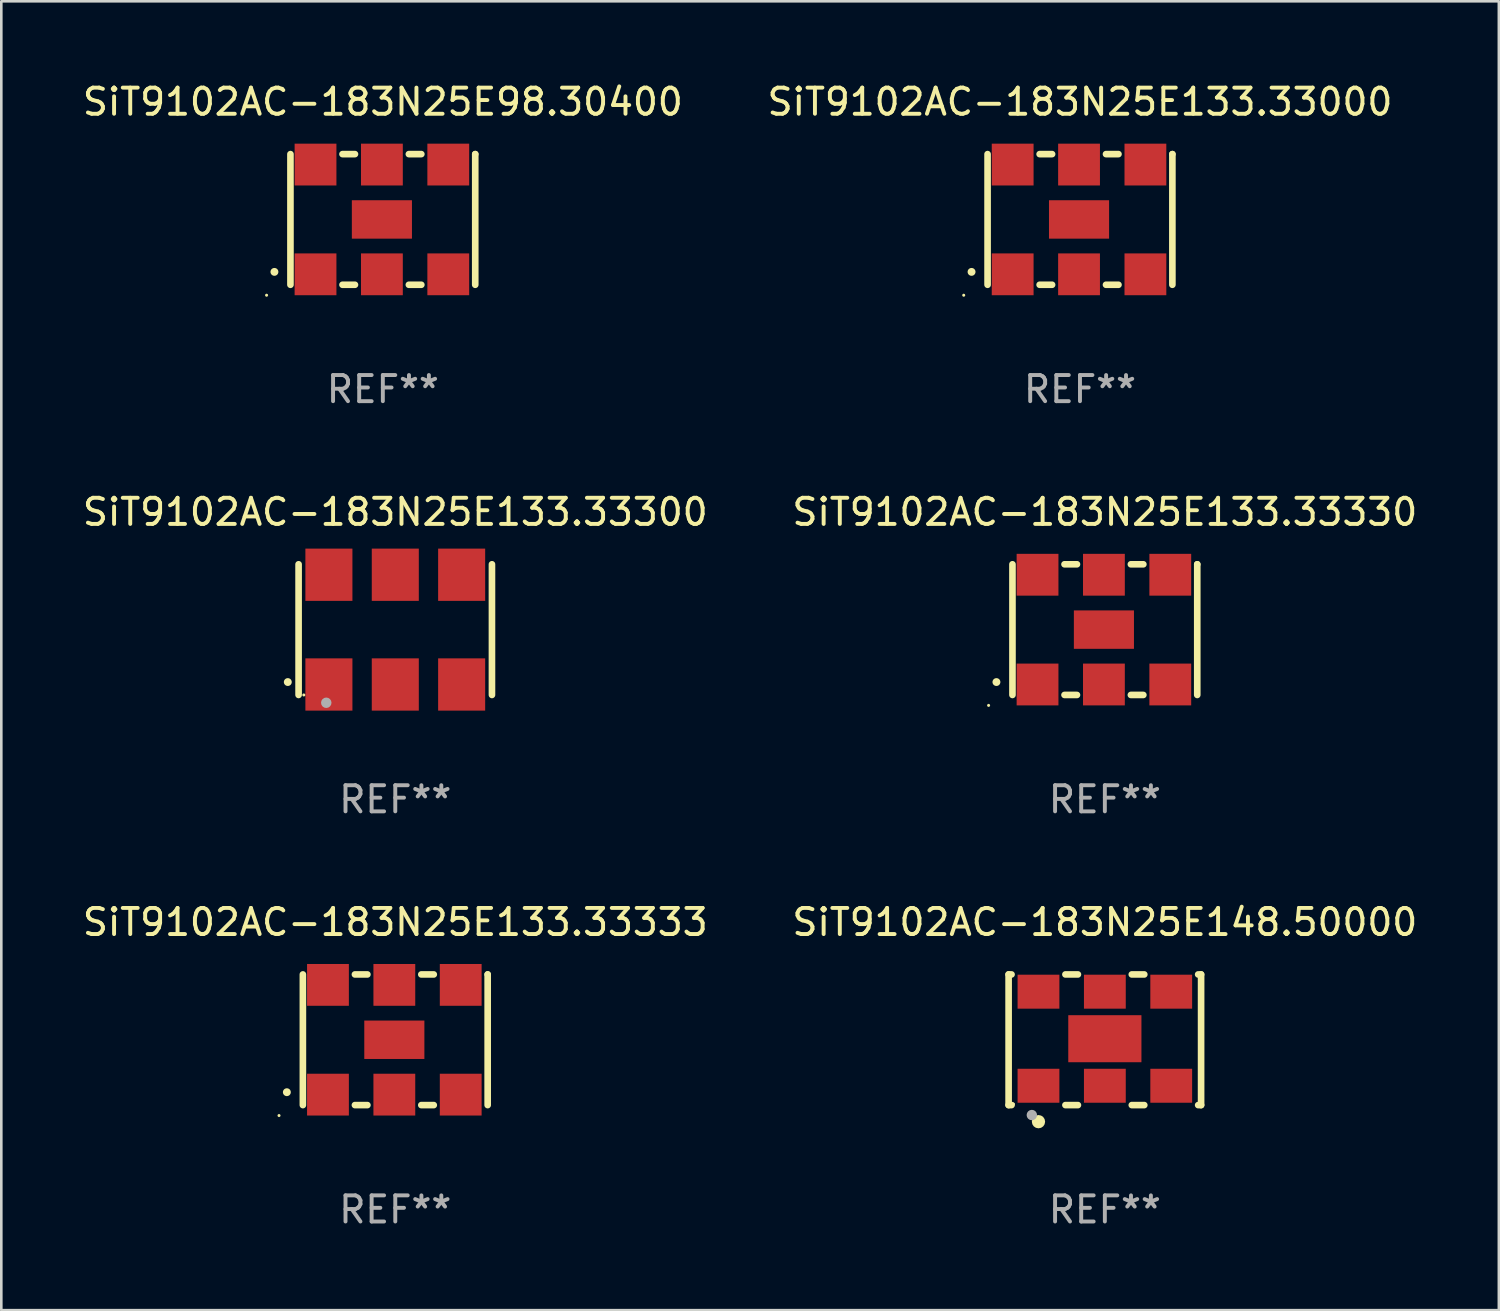
<source format=kicad_pcb>
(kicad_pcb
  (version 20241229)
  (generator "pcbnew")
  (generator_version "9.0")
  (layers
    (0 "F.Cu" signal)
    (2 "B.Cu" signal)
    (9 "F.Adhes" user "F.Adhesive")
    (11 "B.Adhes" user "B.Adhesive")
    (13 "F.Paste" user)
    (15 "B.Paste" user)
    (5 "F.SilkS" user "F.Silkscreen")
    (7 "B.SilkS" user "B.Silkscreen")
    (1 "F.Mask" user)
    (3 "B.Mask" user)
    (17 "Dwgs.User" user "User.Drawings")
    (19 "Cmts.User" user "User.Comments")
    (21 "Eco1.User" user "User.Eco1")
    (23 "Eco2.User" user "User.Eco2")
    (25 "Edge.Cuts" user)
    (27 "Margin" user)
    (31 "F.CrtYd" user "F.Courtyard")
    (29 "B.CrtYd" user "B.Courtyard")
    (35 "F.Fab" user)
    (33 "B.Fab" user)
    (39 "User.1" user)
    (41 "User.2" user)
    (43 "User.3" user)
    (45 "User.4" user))
  (footprint "SiT9102AC-183N25E133.33333"
    (layer "F.Cu")
    (at 12.077 36.741)
    (property "Reference" "SiT9102AC-183N25E133.33333" (at 0 -4.5 0) (layer "F.SilkS") (effects (font (size 1 1) (thickness 0.15))))
    (attr through_hole)
    (fp_line (start -3.536 -2.5) (end -3.536 2.5) (stroke (width 0.254) (type solid)) (layer "F.SilkS"))
    (fp_line (start -1.544 2.5) (end -1.067 2.5) (stroke (width 0.254) (type solid)) (layer "F.SilkS"))
    (fp_line (start -1.067 -2.5) (end -1.544 -2.5) (stroke (width 0.254) (type solid)) (layer "F.SilkS"))
    (fp_line (start 0.996 2.5) (end 1.473 2.5) (stroke (width 0.254) (type solid)) (layer "F.SilkS"))
    (fp_line (start 1.473 -2.5) (end 0.996 -2.5) (stroke (width 0.254) (type solid)) (layer "F.SilkS"))
    (fp_line (start 3.536 -2.5) (end 3.536 -2.5) (stroke (width 0.254) (type solid)) (layer "F.SilkS"))
    (fp_line (start 3.536 2.5) (end 3.536 -2.5) (stroke (width 0.254) (type solid)) (layer "F.SilkS"))
    (fp_arc (start -4.150432 2.006604) (mid -4.149162 2.006599) (end -4.147892 2.006604) (stroke (width 0.3) (type solid)) (layer "F.SilkS"))
    (fp_circle (center -4.449 2.9) (end -4.419 2.9) (stroke (width 0.06) (type solid)) (fill no) (layer "F.SilkS"))
    (fp_text user "REF**" (at 0 6.5 0) (layer "F.Fab") (effects (font (size 1 1) (thickness 0.15))))
    (pad "1" smd rect (at -2.576 2.1) (size 1.6 1.6) (layers "F.Cu" "F.Mask" "F.Paste"))
    (pad "2" smd rect (at -0.036 2.1) (size 1.6 1.6) (layers "F.Cu" "F.Mask" "F.Paste"))
    (pad "3" smd rect (at 2.504 2.1) (size 1.6 1.6) (layers "F.Cu" "F.Mask" "F.Paste"))
    (pad "4" smd rect (at 2.504 -2.1) (size 1.6 1.6) (layers "F.Cu" "F.Mask" "F.Paste"))
    (pad "5" smd rect (at -0.036 -2.1) (size 1.6 1.6) (layers "F.Cu" "F.Mask" "F.Paste"))
    (pad "6" smd rect (at -2.576 -2.1) (size 1.6 1.6) (layers "F.Cu" "F.Mask" "F.Paste"))
    (pad "7" smd rect (at -0.036 0) (size 2.3 1.47) (layers "F.Cu" "F.Mask" "F.Paste")))
  (footprint "SiT9102AC-183N25E133.33000"
    (layer "F.Cu")
    (at 38.28 5.348)
    (property "Reference" "SiT9102AC-183N25E133.33000" (at 0 -4.5 0) (layer "F.SilkS") (effects (font (size 1 1) (thickness 0.15))))
    (attr through_hole)
    (fp_line (start -3.536 -2.5) (end -3.536 2.5) (stroke (width 0.254) (type solid)) (layer "F.SilkS"))
    (fp_line (start -1.544 2.5) (end -1.067 2.5) (stroke (width 0.254) (type solid)) (layer "F.SilkS"))
    (fp_line (start -1.067 -2.5) (end -1.544 -2.5) (stroke (width 0.254) (type solid)) (layer "F.SilkS"))
    (fp_line (start 0.996 2.5) (end 1.473 2.5) (stroke (width 0.254) (type solid)) (layer "F.SilkS"))
    (fp_line (start 1.473 -2.5) (end 0.996 -2.5) (stroke (width 0.254) (type solid)) (layer "F.SilkS"))
    (fp_line (start 3.536 -2.5) (end 3.536 -2.5) (stroke (width 0.254) (type solid)) (layer "F.SilkS"))
    (fp_line (start 3.536 2.5) (end 3.536 -2.5) (stroke (width 0.254) (type solid)) (layer "F.SilkS"))
    (fp_arc (start -4.150432 2.006604) (mid -4.149162 2.006599) (end -4.147892 2.006604) (stroke (width 0.3) (type solid)) (layer "F.SilkS"))
    (fp_circle (center -4.449 2.9) (end -4.419 2.9) (stroke (width 0.06) (type solid)) (fill no) (layer "F.SilkS"))
    (fp_text user "REF**" (at 0 6.5 0) (layer "F.Fab") (effects (font (size 1 1) (thickness 0.15))))
    (pad "1" smd rect (at -2.576 2.1) (size 1.6 1.6) (layers "F.Cu" "F.Mask" "F.Paste"))
    (pad "2" smd rect (at -0.036 2.1) (size 1.6 1.6) (layers "F.Cu" "F.Mask" "F.Paste"))
    (pad "3" smd rect (at 2.504 2.1) (size 1.6 1.6) (layers "F.Cu" "F.Mask" "F.Paste"))
    (pad "4" smd rect (at 2.504 -2.1) (size 1.6 1.6) (layers "F.Cu" "F.Mask" "F.Paste"))
    (pad "5" smd rect (at -0.036 -2.1) (size 1.6 1.6) (layers "F.Cu" "F.Mask" "F.Paste"))
    (pad "6" smd rect (at -2.576 -2.1) (size 1.6 1.6) (layers "F.Cu" "F.Mask" "F.Paste"))
    (pad "7" smd rect (at -0.036 0) (size 2.3 1.47) (layers "F.Cu" "F.Mask" "F.Paste")))
  (footprint "SiT9102AC-183N25E148.50000"
    (layer "F.Cu")
    (at 39.232 36.741)
    (property "Reference" "SiT9102AC-183N25E148.50000" (at 0 -4.5 0) (layer "F.SilkS") (effects (font (size 1 1) (thickness 0.15))))
    (attr through_hole)
    (fp_line (start -3.683 -2.5) (end -3.571 -2.5) (stroke (width 0.254) (type solid)) (layer "F.SilkS"))
    (fp_line (start -3.683 2.5) (end -3.683 -2.5) (stroke (width 0.254) (type solid)) (layer "F.SilkS"))
    (fp_line (start -3.683 2.5) (end -3.571 2.5) (stroke (width 0.254) (type solid)) (layer "F.SilkS"))
    (fp_line (start -1.509 -2.5) (end -1.031 -2.5) (stroke (width 0.254) (type solid)) (layer "F.SilkS"))
    (fp_line (start -1.509 2.5) (end -1.031 2.5) (stroke (width 0.254) (type solid)) (layer "F.SilkS"))
    (fp_line (start 1.031 -2.5) (end 1.509 -2.5) (stroke (width 0.254) (type solid)) (layer "F.SilkS"))
    (fp_line (start 1.031 2.5) (end 1.509 2.5) (stroke (width 0.254) (type solid)) (layer "F.SilkS"))
    (fp_line (start 3.571 -2.5) (end 3.683 -2.5) (stroke (width 0.254) (type solid)) (layer "F.SilkS"))
    (fp_line (start 3.571 2.5) (end 3.683 2.5) (stroke (width 0.254) (type solid)) (layer "F.SilkS"))
    (fp_line (start 3.683 2.5) (end 3.683 -2.5) (stroke (width 0.254) (type solid)) (layer "F.SilkS"))
    (fp_circle (center -3.5 2.46) (end -3.47 2.46) (stroke (width 0.06) (type solid)) (fill no) (layer "F.SilkS"))
    (fp_circle (center -2.54 3.135) (end -2.413 3.135) (stroke (width 0.254) (type solid)) (fill no) (layer "F.SilkS"))
    (fp_circle (center -2.794 2.881) (end -2.694 2.881) (stroke (width 0.2) (type solid)) (fill no) (layer "F.Fab"))
    (fp_text user "REF**" (at 0 6.5 0) (layer "F.Fab") (effects (font (size 1 1) (thickness 0.15))))
    (pad "1" smd rect (at -2.54 1.76) (size 1.6 1.3) (layers "F.Cu" "F.Mask" "F.Paste"))
    (pad "2" smd rect (at 0 1.76) (size 1.6 1.3) (layers "F.Cu" "F.Mask" "F.Paste"))
    (pad "3" smd rect (at 2.54 1.76) (size 1.6 1.3) (layers "F.Cu" "F.Mask" "F.Paste"))
    (pad "4" smd rect (at 2.54 -1.84) (size 1.6 1.3) (layers "F.Cu" "F.Mask" "F.Paste"))
    (pad "5" smd rect (at 0 -1.84) (size 1.6 1.3) (layers "F.Cu" "F.Mask" "F.Paste"))
    (pad "6" smd rect (at -2.54 -1.84) (size 1.6 1.3) (layers "F.Cu" "F.Mask" "F.Paste"))
    (pad "7" smd rect (at 0 -0.04) (size 2.8 1.8) (layers "F.Cu" "F.Mask" "F.Paste")))
  (footprint "SiT9102AC-183N25E98.30400"
    (layer "F.Cu")
    (at 11.601 5.348)
    (property "Reference" "SiT9102AC-183N25E98.30400" (at 0 -4.5 0) (layer "F.SilkS") (effects (font (size 1 1) (thickness 0.15))))
    (attr through_hole)
    (fp_line (start -3.536 -2.5) (end -3.536 2.5) (stroke (width 0.254) (type solid)) (layer "F.SilkS"))
    (fp_line (start -1.544 2.5) (end -1.067 2.5) (stroke (width 0.254) (type solid)) (layer "F.SilkS"))
    (fp_line (start -1.067 -2.5) (end -1.544 -2.5) (stroke (width 0.254) (type solid)) (layer "F.SilkS"))
    (fp_line (start 0.996 2.5) (end 1.473 2.5) (stroke (width 0.254) (type solid)) (layer "F.SilkS"))
    (fp_line (start 1.473 -2.5) (end 0.996 -2.5) (stroke (width 0.254) (type solid)) (layer "F.SilkS"))
    (fp_line (start 3.536 -2.5) (end 3.536 -2.5) (stroke (width 0.254) (type solid)) (layer "F.SilkS"))
    (fp_line (start 3.536 2.5) (end 3.536 -2.5) (stroke (width 0.254) (type solid)) (layer "F.SilkS"))
    (fp_arc (start -4.150432 2.006604) (mid -4.149162 2.006599) (end -4.147892 2.006604) (stroke (width 0.3) (type solid)) (layer "F.SilkS"))
    (fp_circle (center -4.449 2.9) (end -4.419 2.9) (stroke (width 0.06) (type solid)) (fill no) (layer "F.SilkS"))
    (fp_text user "REF**" (at 0 6.5 0) (layer "F.Fab") (effects (font (size 1 1) (thickness 0.15))))
    (pad "1" smd rect (at -2.576 2.1) (size 1.6 1.6) (layers "F.Cu" "F.Mask" "F.Paste"))
    (pad "2" smd rect (at -0.036 2.1) (size 1.6 1.6) (layers "F.Cu" "F.Mask" "F.Paste"))
    (pad "3" smd rect (at 2.504 2.1) (size 1.6 1.6) (layers "F.Cu" "F.Mask" "F.Paste"))
    (pad "4" smd rect (at 2.504 -2.1) (size 1.6 1.6) (layers "F.Cu" "F.Mask" "F.Paste"))
    (pad "5" smd rect (at -0.036 -2.1) (size 1.6 1.6) (layers "F.Cu" "F.Mask" "F.Paste"))
    (pad "6" smd rect (at -2.576 -2.1) (size 1.6 1.6) (layers "F.Cu" "F.Mask" "F.Paste"))
    (pad "7" smd rect (at -0.036 0) (size 2.3 1.47) (layers "F.Cu" "F.Mask" "F.Paste")))
  (footprint "SiT9102AC-183N25E133.33300"
    (layer "F.Cu")
    (at 12.077 21.045)
    (property "Reference" "SiT9102AC-183N25E133.33300" (at 0 -4.5 0) (layer "F.SilkS") (effects (font (size 1 1) (thickness 0.15))))
    (attr through_hole)
    (fp_line (start -3.7 -2.5) (end -3.7 2.5) (stroke (width 0.254) (type solid)) (layer "F.SilkS"))
    (fp_line (start 3.7 -2.5) (end 3.7 2.5) (stroke (width 0.254) (type solid)) (layer "F.SilkS"))
    (fp_arc (start -4.114415 2.006604) (mid -4.113145 2.006599) (end -4.111875 2.006604) (stroke (width 0.3) (type solid)) (layer "F.SilkS"))
    (fp_circle (center -3.5 2.501) (end -3.47 2.501) (stroke (width 0.06) (type solid)) (fill no) (layer "F.SilkS"))
    (fp_circle (center -2.641 2.799) (end -2.541 2.799) (stroke (width 0.2) (type solid)) (fill no) (layer "F.Fab"))
    (fp_text user "REF**" (at 0 6.5 0) (layer "F.Fab") (effects (font (size 1 1) (thickness 0.15))))
    (pad "1" smd rect (at -2.54 2.1) (size 1.8 2) (layers "F.Cu" "F.Mask" "F.Paste"))
    (pad "2" smd rect (at 0.000394 2.1) (size 1.8 2) (layers "F.Cu" "F.Mask" "F.Paste"))
    (pad "3" smd rect (at 2.54 2.1) (size 1.8 2) (layers "F.Cu" "F.Mask" "F.Paste"))
    (pad "4" smd rect (at 2.54 -2.1) (size 1.8 2) (layers "F.Cu" "F.Mask" "F.Paste"))
    (pad "5" smd rect (at 0.000394 -2.1) (size 1.8 2) (layers "F.Cu" "F.Mask" "F.Paste"))
    (pad "6" smd rect (at -2.54 -2.1) (size 1.8 2) (layers "F.Cu" "F.Mask" "F.Paste")))
  (footprint "SiT9102AC-183N25E133.33330"
    (layer "F.Cu")
    (at 39.232 21.045)
    (property "Reference" "SiT9102AC-183N25E133.33330" (at 0 -4.5 0) (layer "F.SilkS") (effects (font (size 1 1) (thickness 0.15))))
    (attr through_hole)
    (fp_line (start -3.536 -2.5) (end -3.536 2.5) (stroke (width 0.254) (type solid)) (layer "F.SilkS"))
    (fp_line (start -1.544 2.5) (end -1.067 2.5) (stroke (width 0.254) (type solid)) (layer "F.SilkS"))
    (fp_line (start -1.067 -2.5) (end -1.544 -2.5) (stroke (width 0.254) (type solid)) (layer "F.SilkS"))
    (fp_line (start 0.996 2.5) (end 1.473 2.5) (stroke (width 0.254) (type solid)) (layer "F.SilkS"))
    (fp_line (start 1.473 -2.5) (end 0.996 -2.5) (stroke (width 0.254) (type solid)) (layer "F.SilkS"))
    (fp_line (start 3.536 -2.5) (end 3.536 -2.5) (stroke (width 0.254) (type solid)) (layer "F.SilkS"))
    (fp_line (start 3.536 2.5) (end 3.536 -2.5) (stroke (width 0.254) (type solid)) (layer "F.SilkS"))
    (fp_arc (start -4.150432 2.006604) (mid -4.149162 2.006599) (end -4.147892 2.006604) (stroke (width 0.3) (type solid)) (layer "F.SilkS"))
    (fp_circle (center -4.449 2.9) (end -4.419 2.9) (stroke (width 0.06) (type solid)) (fill no) (layer "F.SilkS"))
    (fp_text user "REF**" (at 0 6.5 0) (layer "F.Fab") (effects (font (size 1 1) (thickness 0.15))))
    (pad "1" smd rect (at -2.576 2.1) (size 1.6 1.6) (layers "F.Cu" "F.Mask" "F.Paste"))
    (pad "2" smd rect (at -0.036 2.1) (size 1.6 1.6) (layers "F.Cu" "F.Mask" "F.Paste"))
    (pad "3" smd rect (at 2.504 2.1) (size 1.6 1.6) (layers "F.Cu" "F.Mask" "F.Paste"))
    (pad "4" smd rect (at 2.504 -2.1) (size 1.6 1.6) (layers "F.Cu" "F.Mask" "F.Paste"))
    (pad "5" smd rect (at -0.036 -2.1) (size 1.6 1.6) (layers "F.Cu" "F.Mask" "F.Paste"))
    (pad "6" smd rect (at -2.576 -2.1) (size 1.6 1.6) (layers "F.Cu" "F.Mask" "F.Paste"))
    (pad "7" smd rect (at -0.036 0) (size 2.3 1.47) (layers "F.Cu" "F.Mask" "F.Paste")))
  (gr_rect
    (start -3 -3)
    (end 54.31 47.09)
    (stroke (width 0.1) (type default))
    (fill no)
    (layer "Edge.Cuts")))
</source>
